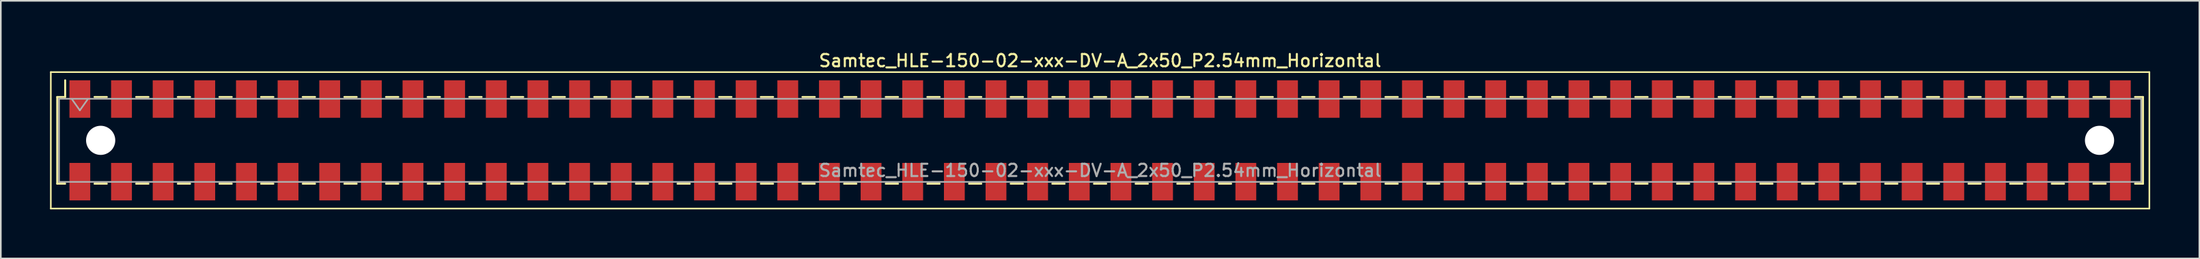
<source format=kicad_pcb>
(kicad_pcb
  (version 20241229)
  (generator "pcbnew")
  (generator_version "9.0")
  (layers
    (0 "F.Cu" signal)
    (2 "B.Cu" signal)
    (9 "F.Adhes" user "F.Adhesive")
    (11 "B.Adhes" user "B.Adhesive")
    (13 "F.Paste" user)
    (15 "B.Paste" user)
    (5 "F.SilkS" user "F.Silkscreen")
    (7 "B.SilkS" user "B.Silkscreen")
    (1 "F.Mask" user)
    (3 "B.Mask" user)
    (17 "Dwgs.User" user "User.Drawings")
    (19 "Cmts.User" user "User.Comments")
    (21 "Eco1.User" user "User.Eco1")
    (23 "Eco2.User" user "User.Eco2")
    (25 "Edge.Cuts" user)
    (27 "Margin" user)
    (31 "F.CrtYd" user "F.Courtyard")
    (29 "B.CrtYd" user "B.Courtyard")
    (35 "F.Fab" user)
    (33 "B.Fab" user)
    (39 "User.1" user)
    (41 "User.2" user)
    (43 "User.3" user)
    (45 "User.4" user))
  (footprint "Samtec_HLE-150-02-xxx-DV-A_2x50_P2.54mm_Horizontal"
    (layer "F.Cu")
    (at 64.05 5.528)
    (property "Reference" "Samtec_HLE-150-02-xxx-DV-A_2x50_P2.54mm_Horizontal" (at 0 -4.87 0) (layer "F.SilkS") (effects (font (size 0.75 0.75) (thickness 0.125))))
    (attr smd)
    (fp_line (start -64 -4.17) (end 64 -4.17) (stroke (width 0.1) (type solid)) (layer "F.SilkS"))
    (fp_line (start -64 4.17) (end -64 -4.17) (stroke (width 0.1) (type solid)) (layer "F.SilkS"))
    (fp_line (start -63.61 -2.65) (end -63.61 2.65) (stroke (width 0.12) (type solid)) (layer "F.SilkS"))
    (fp_line (start -63.61 2.65) (end -63.125 2.65) (stroke (width 0.12) (type solid)) (layer "F.SilkS"))
    (fp_line (start -63.125 -3.67) (end -63.125 -2.65) (stroke (width 0.12) (type solid)) (layer "F.SilkS"))
    (fp_line (start -63.125 -2.65) (end -63.61 -2.65) (stroke (width 0.12) (type solid)) (layer "F.SilkS"))
    (fp_line (start -61.335 -2.65) (end -60.585 -2.65) (stroke (width 0.12) (type solid)) (layer "F.SilkS"))
    (fp_line (start -61.335 2.65) (end -60.585 2.65) (stroke (width 0.12) (type solid)) (layer "F.SilkS"))
    (fp_line (start -58.795 -2.65) (end -58.045 -2.65) (stroke (width 0.12) (type solid)) (layer "F.SilkS"))
    (fp_line (start -58.795 2.65) (end -58.045 2.65) (stroke (width 0.12) (type solid)) (layer "F.SilkS"))
    (fp_line (start -56.255 -2.65) (end -55.505 -2.65) (stroke (width 0.12) (type solid)) (layer "F.SilkS"))
    (fp_line (start -56.255 2.65) (end -55.505 2.65) (stroke (width 0.12) (type solid)) (layer "F.SilkS"))
    (fp_line (start -53.715 -2.65) (end -52.965 -2.65) (stroke (width 0.12) (type solid)) (layer "F.SilkS"))
    (fp_line (start -53.715 2.65) (end -52.965 2.65) (stroke (width 0.12) (type solid)) (layer "F.SilkS"))
    (fp_line (start -51.175 -2.65) (end -50.425 -2.65) (stroke (width 0.12) (type solid)) (layer "F.SilkS"))
    (fp_line (start -51.175 2.65) (end -50.425 2.65) (stroke (width 0.12) (type solid)) (layer "F.SilkS"))
    (fp_line (start -48.635 -2.65) (end -47.885 -2.65) (stroke (width 0.12) (type solid)) (layer "F.SilkS"))
    (fp_line (start -48.635 2.65) (end -47.885 2.65) (stroke (width 0.12) (type solid)) (layer "F.SilkS"))
    (fp_line (start -46.095 -2.65) (end -45.345 -2.65) (stroke (width 0.12) (type solid)) (layer "F.SilkS"))
    (fp_line (start -46.095 2.65) (end -45.345 2.65) (stroke (width 0.12) (type solid)) (layer "F.SilkS"))
    (fp_line (start -43.555 -2.65) (end -42.805 -2.65) (stroke (width 0.12) (type solid)) (layer "F.SilkS"))
    (fp_line (start -43.555 2.65) (end -42.805 2.65) (stroke (width 0.12) (type solid)) (layer "F.SilkS"))
    (fp_line (start -41.015 -2.65) (end -40.265 -2.65) (stroke (width 0.12) (type solid)) (layer "F.SilkS"))
    (fp_line (start -41.015 2.65) (end -40.265 2.65) (stroke (width 0.12) (type solid)) (layer "F.SilkS"))
    (fp_line (start -38.475 -2.65) (end -37.725 -2.65) (stroke (width 0.12) (type solid)) (layer "F.SilkS"))
    (fp_line (start -38.475 2.65) (end -37.725 2.65) (stroke (width 0.12) (type solid)) (layer "F.SilkS"))
    (fp_line (start -35.935 -2.65) (end -35.185 -2.65) (stroke (width 0.12) (type solid)) (layer "F.SilkS"))
    (fp_line (start -35.935 2.65) (end -35.185 2.65) (stroke (width 0.12) (type solid)) (layer "F.SilkS"))
    (fp_line (start -33.395 -2.65) (end -32.645 -2.65) (stroke (width 0.12) (type solid)) (layer "F.SilkS"))
    (fp_line (start -33.395 2.65) (end -32.645 2.65) (stroke (width 0.12) (type solid)) (layer "F.SilkS"))
    (fp_line (start -30.855 -2.65) (end -30.105 -2.65) (stroke (width 0.12) (type solid)) (layer "F.SilkS"))
    (fp_line (start -30.855 2.65) (end -30.105 2.65) (stroke (width 0.12) (type solid)) (layer "F.SilkS"))
    (fp_line (start -28.315 -2.65) (end -27.565 -2.65) (stroke (width 0.12) (type solid)) (layer "F.SilkS"))
    (fp_line (start -28.315 2.65) (end -27.565 2.65) (stroke (width 0.12) (type solid)) (layer "F.SilkS"))
    (fp_line (start -25.775 -2.65) (end -25.025 -2.65) (stroke (width 0.12) (type solid)) (layer "F.SilkS"))
    (fp_line (start -25.775 2.65) (end -25.025 2.65) (stroke (width 0.12) (type solid)) (layer "F.SilkS"))
    (fp_line (start -23.235 -2.65) (end -22.485 -2.65) (stroke (width 0.12) (type solid)) (layer "F.SilkS"))
    (fp_line (start -23.235 2.65) (end -22.485 2.65) (stroke (width 0.12) (type solid)) (layer "F.SilkS"))
    (fp_line (start -20.695 -2.65) (end -19.945 -2.65) (stroke (width 0.12) (type solid)) (layer "F.SilkS"))
    (fp_line (start -20.695 2.65) (end -19.945 2.65) (stroke (width 0.12) (type solid)) (layer "F.SilkS"))
    (fp_line (start -18.155 -2.65) (end -17.405 -2.65) (stroke (width 0.12) (type solid)) (layer "F.SilkS"))
    (fp_line (start -18.155 2.65) (end -17.405 2.65) (stroke (width 0.12) (type solid)) (layer "F.SilkS"))
    (fp_line (start -15.615 -2.65) (end -14.865 -2.65) (stroke (width 0.12) (type solid)) (layer "F.SilkS"))
    (fp_line (start -15.615 2.65) (end -14.865 2.65) (stroke (width 0.12) (type solid)) (layer "F.SilkS"))
    (fp_line (start -13.075 -2.65) (end -12.325 -2.65) (stroke (width 0.12) (type solid)) (layer "F.SilkS"))
    (fp_line (start -13.075 2.65) (end -12.325 2.65) (stroke (width 0.12) (type solid)) (layer "F.SilkS"))
    (fp_line (start -10.535 -2.65) (end -9.785 -2.65) (stroke (width 0.12) (type solid)) (layer "F.SilkS"))
    (fp_line (start -10.535 2.65) (end -9.785 2.65) (stroke (width 0.12) (type solid)) (layer "F.SilkS"))
    (fp_line (start -7.995 -2.65) (end -7.245 -2.65) (stroke (width 0.12) (type solid)) (layer "F.SilkS"))
    (fp_line (start -7.995 2.65) (end -7.245 2.65) (stroke (width 0.12) (type solid)) (layer "F.SilkS"))
    (fp_line (start -5.455 -2.65) (end -4.705 -2.65) (stroke (width 0.12) (type solid)) (layer "F.SilkS"))
    (fp_line (start -5.455 2.65) (end -4.705 2.65) (stroke (width 0.12) (type solid)) (layer "F.SilkS"))
    (fp_line (start -2.915 -2.65) (end -2.165 -2.65) (stroke (width 0.12) (type solid)) (layer "F.SilkS"))
    (fp_line (start -2.915 2.65) (end -2.165 2.65) (stroke (width 0.12) (type solid)) (layer "F.SilkS"))
    (fp_line (start -0.375 -2.65) (end 0.375 -2.65) (stroke (width 0.12) (type solid)) (layer "F.SilkS"))
    (fp_line (start -0.375 2.65) (end 0.375 2.65) (stroke (width 0.12) (type solid)) (layer "F.SilkS"))
    (fp_line (start 2.165 -2.65) (end 2.915 -2.65) (stroke (width 0.12) (type solid)) (layer "F.SilkS"))
    (fp_line (start 2.165 2.65) (end 2.915 2.65) (stroke (width 0.12) (type solid)) (layer "F.SilkS"))
    (fp_line (start 4.705 -2.65) (end 5.455 -2.65) (stroke (width 0.12) (type solid)) (layer "F.SilkS"))
    (fp_line (start 4.705 2.65) (end 5.455 2.65) (stroke (width 0.12) (type solid)) (layer "F.SilkS"))
    (fp_line (start 7.245 -2.65) (end 7.995 -2.65) (stroke (width 0.12) (type solid)) (layer "F.SilkS"))
    (fp_line (start 7.245 2.65) (end 7.995 2.65) (stroke (width 0.12) (type solid)) (layer "F.SilkS"))
    (fp_line (start 9.785 -2.65) (end 10.535 -2.65) (stroke (width 0.12) (type solid)) (layer "F.SilkS"))
    (fp_line (start 9.785 2.65) (end 10.535 2.65) (stroke (width 0.12) (type solid)) (layer "F.SilkS"))
    (fp_line (start 12.325 -2.65) (end 13.075 -2.65) (stroke (width 0.12) (type solid)) (layer "F.SilkS"))
    (fp_line (start 12.325 2.65) (end 13.075 2.65) (stroke (width 0.12) (type solid)) (layer "F.SilkS"))
    (fp_line (start 14.865 -2.65) (end 15.615 -2.65) (stroke (width 0.12) (type solid)) (layer "F.SilkS"))
    (fp_line (start 14.865 2.65) (end 15.615 2.65) (stroke (width 0.12) (type solid)) (layer "F.SilkS"))
    (fp_line (start 17.405 -2.65) (end 18.155 -2.65) (stroke (width 0.12) (type solid)) (layer "F.SilkS"))
    (fp_line (start 17.405 2.65) (end 18.155 2.65) (stroke (width 0.12) (type solid)) (layer "F.SilkS"))
    (fp_line (start 19.945 -2.65) (end 20.695 -2.65) (stroke (width 0.12) (type solid)) (layer "F.SilkS"))
    (fp_line (start 19.945 2.65) (end 20.695 2.65) (stroke (width 0.12) (type solid)) (layer "F.SilkS"))
    (fp_line (start 22.485 -2.65) (end 23.235 -2.65) (stroke (width 0.12) (type solid)) (layer "F.SilkS"))
    (fp_line (start 22.485 2.65) (end 23.235 2.65) (stroke (width 0.12) (type solid)) (layer "F.SilkS"))
    (fp_line (start 25.025 -2.65) (end 25.775 -2.65) (stroke (width 0.12) (type solid)) (layer "F.SilkS"))
    (fp_line (start 25.025 2.65) (end 25.775 2.65) (stroke (width 0.12) (type solid)) (layer "F.SilkS"))
    (fp_line (start 27.565 -2.65) (end 28.315 -2.65) (stroke (width 0.12) (type solid)) (layer "F.SilkS"))
    (fp_line (start 27.565 2.65) (end 28.315 2.65) (stroke (width 0.12) (type solid)) (layer "F.SilkS"))
    (fp_line (start 30.105 -2.65) (end 30.855 -2.65) (stroke (width 0.12) (type solid)) (layer "F.SilkS"))
    (fp_line (start 30.105 2.65) (end 30.855 2.65) (stroke (width 0.12) (type solid)) (layer "F.SilkS"))
    (fp_line (start 32.645 -2.65) (end 33.395 -2.65) (stroke (width 0.12) (type solid)) (layer "F.SilkS"))
    (fp_line (start 32.645 2.65) (end 33.395 2.65) (stroke (width 0.12) (type solid)) (layer "F.SilkS"))
    (fp_line (start 35.185 -2.65) (end 35.935 -2.65) (stroke (width 0.12) (type solid)) (layer "F.SilkS"))
    (fp_line (start 35.185 2.65) (end 35.935 2.65) (stroke (width 0.12) (type solid)) (layer "F.SilkS"))
    (fp_line (start 37.725 -2.65) (end 38.475 -2.65) (stroke (width 0.12) (type solid)) (layer "F.SilkS"))
    (fp_line (start 37.725 2.65) (end 38.475 2.65) (stroke (width 0.12) (type solid)) (layer "F.SilkS"))
    (fp_line (start 40.265 -2.65) (end 41.015 -2.65) (stroke (width 0.12) (type solid)) (layer "F.SilkS"))
    (fp_line (start 40.265 2.65) (end 41.015 2.65) (stroke (width 0.12) (type solid)) (layer "F.SilkS"))
    (fp_line (start 42.805 -2.65) (end 43.555 -2.65) (stroke (width 0.12) (type solid)) (layer "F.SilkS"))
    (fp_line (start 42.805 2.65) (end 43.555 2.65) (stroke (width 0.12) (type solid)) (layer "F.SilkS"))
    (fp_line (start 45.345 -2.65) (end 46.095 -2.65) (stroke (width 0.12) (type solid)) (layer "F.SilkS"))
    (fp_line (start 45.345 2.65) (end 46.095 2.65) (stroke (width 0.12) (type solid)) (layer "F.SilkS"))
    (fp_line (start 47.885 -2.65) (end 48.635 -2.65) (stroke (width 0.12) (type solid)) (layer "F.SilkS"))
    (fp_line (start 47.885 2.65) (end 48.635 2.65) (stroke (width 0.12) (type solid)) (layer "F.SilkS"))
    (fp_line (start 50.425 -2.65) (end 51.175 -2.65) (stroke (width 0.12) (type solid)) (layer "F.SilkS"))
    (fp_line (start 50.425 2.65) (end 51.175 2.65) (stroke (width 0.12) (type solid)) (layer "F.SilkS"))
    (fp_line (start 52.965 -2.65) (end 53.715 -2.65) (stroke (width 0.12) (type solid)) (layer "F.SilkS"))
    (fp_line (start 52.965 2.65) (end 53.715 2.65) (stroke (width 0.12) (type solid)) (layer "F.SilkS"))
    (fp_line (start 55.505 -2.65) (end 56.255 -2.65) (stroke (width 0.12) (type solid)) (layer "F.SilkS"))
    (fp_line (start 55.505 2.65) (end 56.255 2.65) (stroke (width 0.12) (type solid)) (layer "F.SilkS"))
    (fp_line (start 58.045 -2.65) (end 58.795 -2.65) (stroke (width 0.12) (type solid)) (layer "F.SilkS"))
    (fp_line (start 58.045 2.65) (end 58.795 2.65) (stroke (width 0.12) (type solid)) (layer "F.SilkS"))
    (fp_line (start 60.585 -2.65) (end 61.335 -2.65) (stroke (width 0.12) (type solid)) (layer "F.SilkS"))
    (fp_line (start 60.585 2.65) (end 61.335 2.65) (stroke (width 0.12) (type solid)) (layer "F.SilkS"))
    (fp_line (start 63.125 -2.65) (end 63.61 -2.65) (stroke (width 0.12) (type solid)) (layer "F.SilkS"))
    (fp_line (start 63.61 -2.65) (end 63.61 2.65) (stroke (width 0.12) (type solid)) (layer "F.SilkS"))
    (fp_line (start 63.61 2.65) (end 63.125 2.65) (stroke (width 0.12) (type solid)) (layer "F.SilkS"))
    (fp_line (start 64 -4.17) (end 64 4.17) (stroke (width 0.1) (type solid)) (layer "F.SilkS"))
    (fp_line (start 64 4.17) (end -64 4.17) (stroke (width 0.1) (type solid)) (layer "F.SilkS"))
    (fp_line (start -63.5 -2.54) (end 63.5 -2.54) (stroke (width 0.1) (type solid)) (layer "F.Fab"))
    (fp_line (start -63.5 2.54) (end -63.5 -2.54) (stroke (width 0.1) (type solid)) (layer "F.Fab"))
    (fp_line (start -62.73 -2.54) (end -62.23 -1.833) (stroke (width 0.1) (type solid)) (layer "F.Fab"))
    (fp_line (start -62.23 -1.833) (end -61.73 -2.54) (stroke (width 0.1) (type solid)) (layer "F.Fab"))
    (fp_line (start 63.5 -2.54) (end 63.5 2.54) (stroke (width 0.1) (type solid)) (layer "F.Fab"))
    (fp_line (start 63.5 2.54) (end -63.5 2.54) (stroke (width 0.1) (type solid)) (layer "F.Fab"))
    (fp_text user "${REFERENCE}" (at 0 1.84 0) (layer "F.Fab") (effects (font (size 0.75 0.75) (thickness 0.125))))
    (pad "" np_thru_hole circle (at -60.96 0) (size 1.78 1.78) (drill 1.78) (layers "*.Cu" "*.Mask"))
    (pad "" np_thru_hole circle (at 60.96 0) (size 1.78 1.78) (drill 1.78) (layers "*.Cu" "*.Mask"))
    (pad "1" smd rect (at -62.23 -2.525) (size 1.27 2.29) (layers "F.Cu" "F.Mask" "F.Paste"))
    (pad "2" smd rect (at -62.23 2.525) (size 1.27 2.29) (layers "F.Cu" "F.Mask" "F.Paste"))
    (pad "3" smd rect (at -59.69 -2.525) (size 1.27 2.29) (layers "F.Cu" "F.Mask" "F.Paste"))
    (pad "4" smd rect (at -59.69 2.525) (size 1.27 2.29) (layers "F.Cu" "F.Mask" "F.Paste"))
    (pad "5" smd rect (at -57.15 -2.525) (size 1.27 2.29) (layers "F.Cu" "F.Mask" "F.Paste"))
    (pad "6" smd rect (at -57.15 2.525) (size 1.27 2.29) (layers "F.Cu" "F.Mask" "F.Paste"))
    (pad "7" smd rect (at -54.61 -2.525) (size 1.27 2.29) (layers "F.Cu" "F.Mask" "F.Paste"))
    (pad "8" smd rect (at -54.61 2.525) (size 1.27 2.29) (layers "F.Cu" "F.Mask" "F.Paste"))
    (pad "9" smd rect (at -52.07 -2.525) (size 1.27 2.29) (layers "F.Cu" "F.Mask" "F.Paste"))
    (pad "10" smd rect (at -52.07 2.525) (size 1.27 2.29) (layers "F.Cu" "F.Mask" "F.Paste"))
    (pad "11" smd rect (at -49.53 -2.525) (size 1.27 2.29) (layers "F.Cu" "F.Mask" "F.Paste"))
    (pad "12" smd rect (at -49.53 2.525) (size 1.27 2.29) (layers "F.Cu" "F.Mask" "F.Paste"))
    (pad "13" smd rect (at -46.99 -2.525) (size 1.27 2.29) (layers "F.Cu" "F.Mask" "F.Paste"))
    (pad "14" smd rect (at -46.99 2.525) (size 1.27 2.29) (layers "F.Cu" "F.Mask" "F.Paste"))
    (pad "15" smd rect (at -44.45 -2.525) (size 1.27 2.29) (layers "F.Cu" "F.Mask" "F.Paste"))
    (pad "16" smd rect (at -44.45 2.525) (size 1.27 2.29) (layers "F.Cu" "F.Mask" "F.Paste"))
    (pad "17" smd rect (at -41.91 -2.525) (size 1.27 2.29) (layers "F.Cu" "F.Mask" "F.Paste"))
    (pad "18" smd rect (at -41.91 2.525) (size 1.27 2.29) (layers "F.Cu" "F.Mask" "F.Paste"))
    (pad "19" smd rect (at -39.37 -2.525) (size 1.27 2.29) (layers "F.Cu" "F.Mask" "F.Paste"))
    (pad "20" smd rect (at -39.37 2.525) (size 1.27 2.29) (layers "F.Cu" "F.Mask" "F.Paste"))
    (pad "21" smd rect (at -36.83 -2.525) (size 1.27 2.29) (layers "F.Cu" "F.Mask" "F.Paste"))
    (pad "22" smd rect (at -36.83 2.525) (size 1.27 2.29) (layers "F.Cu" "F.Mask" "F.Paste"))
    (pad "23" smd rect (at -34.29 -2.525) (size 1.27 2.29) (layers "F.Cu" "F.Mask" "F.Paste"))
    (pad "24" smd rect (at -34.29 2.525) (size 1.27 2.29) (layers "F.Cu" "F.Mask" "F.Paste"))
    (pad "25" smd rect (at -31.75 -2.525) (size 1.27 2.29) (layers "F.Cu" "F.Mask" "F.Paste"))
    (pad "26" smd rect (at -31.75 2.525) (size 1.27 2.29) (layers "F.Cu" "F.Mask" "F.Paste"))
    (pad "27" smd rect (at -29.21 -2.525) (size 1.27 2.29) (layers "F.Cu" "F.Mask" "F.Paste"))
    (pad "28" smd rect (at -29.21 2.525) (size 1.27 2.29) (layers "F.Cu" "F.Mask" "F.Paste"))
    (pad "29" smd rect (at -26.67 -2.525) (size 1.27 2.29) (layers "F.Cu" "F.Mask" "F.Paste"))
    (pad "30" smd rect (at -26.67 2.525) (size 1.27 2.29) (layers "F.Cu" "F.Mask" "F.Paste"))
    (pad "31" smd rect (at -24.13 -2.525) (size 1.27 2.29) (layers "F.Cu" "F.Mask" "F.Paste"))
    (pad "32" smd rect (at -24.13 2.525) (size 1.27 2.29) (layers "F.Cu" "F.Mask" "F.Paste"))
    (pad "33" smd rect (at -21.59 -2.525) (size 1.27 2.29) (layers "F.Cu" "F.Mask" "F.Paste"))
    (pad "34" smd rect (at -21.59 2.525) (size 1.27 2.29) (layers "F.Cu" "F.Mask" "F.Paste"))
    (pad "35" smd rect (at -19.05 -2.525) (size 1.27 2.29) (layers "F.Cu" "F.Mask" "F.Paste"))
    (pad "36" smd rect (at -19.05 2.525) (size 1.27 2.29) (layers "F.Cu" "F.Mask" "F.Paste"))
    (pad "37" smd rect (at -16.51 -2.525) (size 1.27 2.29) (layers "F.Cu" "F.Mask" "F.Paste"))
    (pad "38" smd rect (at -16.51 2.525) (size 1.27 2.29) (layers "F.Cu" "F.Mask" "F.Paste"))
    (pad "39" smd rect (at -13.97 -2.525) (size 1.27 2.29) (layers "F.Cu" "F.Mask" "F.Paste"))
    (pad "40" smd rect (at -13.97 2.525) (size 1.27 2.29) (layers "F.Cu" "F.Mask" "F.Paste"))
    (pad "41" smd rect (at -11.43 -2.525) (size 1.27 2.29) (layers "F.Cu" "F.Mask" "F.Paste"))
    (pad "42" smd rect (at -11.43 2.525) (size 1.27 2.29) (layers "F.Cu" "F.Mask" "F.Paste"))
    (pad "43" smd rect (at -8.89 -2.525) (size 1.27 2.29) (layers "F.Cu" "F.Mask" "F.Paste"))
    (pad "44" smd rect (at -8.89 2.525) (size 1.27 2.29) (layers "F.Cu" "F.Mask" "F.Paste"))
    (pad "45" smd rect (at -6.35 -2.525) (size 1.27 2.29) (layers "F.Cu" "F.Mask" "F.Paste"))
    (pad "46" smd rect (at -6.35 2.525) (size 1.27 2.29) (layers "F.Cu" "F.Mask" "F.Paste"))
    (pad "47" smd rect (at -3.81 -2.525) (size 1.27 2.29) (layers "F.Cu" "F.Mask" "F.Paste"))
    (pad "48" smd rect (at -3.81 2.525) (size 1.27 2.29) (layers "F.Cu" "F.Mask" "F.Paste"))
    (pad "49" smd rect (at -1.27 -2.525) (size 1.27 2.29) (layers "F.Cu" "F.Mask" "F.Paste"))
    (pad "50" smd rect (at -1.27 2.525) (size 1.27 2.29) (layers "F.Cu" "F.Mask" "F.Paste"))
    (pad "51" smd rect (at 1.27 -2.525) (size 1.27 2.29) (layers "F.Cu" "F.Mask" "F.Paste"))
    (pad "52" smd rect (at 1.27 2.525) (size 1.27 2.29) (layers "F.Cu" "F.Mask" "F.Paste"))
    (pad "53" smd rect (at 3.81 -2.525) (size 1.27 2.29) (layers "F.Cu" "F.Mask" "F.Paste"))
    (pad "54" smd rect (at 3.81 2.525) (size 1.27 2.29) (layers "F.Cu" "F.Mask" "F.Paste"))
    (pad "55" smd rect (at 6.35 -2.525) (size 1.27 2.29) (layers "F.Cu" "F.Mask" "F.Paste"))
    (pad "56" smd rect (at 6.35 2.525) (size 1.27 2.29) (layers "F.Cu" "F.Mask" "F.Paste"))
    (pad "57" smd rect (at 8.89 -2.525) (size 1.27 2.29) (layers "F.Cu" "F.Mask" "F.Paste"))
    (pad "58" smd rect (at 8.89 2.525) (size 1.27 2.29) (layers "F.Cu" "F.Mask" "F.Paste"))
    (pad "59" smd rect (at 11.43 -2.525) (size 1.27 2.29) (layers "F.Cu" "F.Mask" "F.Paste"))
    (pad "60" smd rect (at 11.43 2.525) (size 1.27 2.29) (layers "F.Cu" "F.Mask" "F.Paste"))
    (pad "61" smd rect (at 13.97 -2.525) (size 1.27 2.29) (layers "F.Cu" "F.Mask" "F.Paste"))
    (pad "62" smd rect (at 13.97 2.525) (size 1.27 2.29) (layers "F.Cu" "F.Mask" "F.Paste"))
    (pad "63" smd rect (at 16.51 -2.525) (size 1.27 2.29) (layers "F.Cu" "F.Mask" "F.Paste"))
    (pad "64" smd rect (at 16.51 2.525) (size 1.27 2.29) (layers "F.Cu" "F.Mask" "F.Paste"))
    (pad "65" smd rect (at 19.05 -2.525) (size 1.27 2.29) (layers "F.Cu" "F.Mask" "F.Paste"))
    (pad "66" smd rect (at 19.05 2.525) (size 1.27 2.29) (layers "F.Cu" "F.Mask" "F.Paste"))
    (pad "67" smd rect (at 21.59 -2.525) (size 1.27 2.29) (layers "F.Cu" "F.Mask" "F.Paste"))
    (pad "68" smd rect (at 21.59 2.525) (size 1.27 2.29) (layers "F.Cu" "F.Mask" "F.Paste"))
    (pad "69" smd rect (at 24.13 -2.525) (size 1.27 2.29) (layers "F.Cu" "F.Mask" "F.Paste"))
    (pad "70" smd rect (at 24.13 2.525) (size 1.27 2.29) (layers "F.Cu" "F.Mask" "F.Paste"))
    (pad "71" smd rect (at 26.67 -2.525) (size 1.27 2.29) (layers "F.Cu" "F.Mask" "F.Paste"))
    (pad "72" smd rect (at 26.67 2.525) (size 1.27 2.29) (layers "F.Cu" "F.Mask" "F.Paste"))
    (pad "73" smd rect (at 29.21 -2.525) (size 1.27 2.29) (layers "F.Cu" "F.Mask" "F.Paste"))
    (pad "74" smd rect (at 29.21 2.525) (size 1.27 2.29) (layers "F.Cu" "F.Mask" "F.Paste"))
    (pad "75" smd rect (at 31.75 -2.525) (size 1.27 2.29) (layers "F.Cu" "F.Mask" "F.Paste"))
    (pad "76" smd rect (at 31.75 2.525) (size 1.27 2.29) (layers "F.Cu" "F.Mask" "F.Paste"))
    (pad "77" smd rect (at 34.29 -2.525) (size 1.27 2.29) (layers "F.Cu" "F.Mask" "F.Paste"))
    (pad "78" smd rect (at 34.29 2.525) (size 1.27 2.29) (layers "F.Cu" "F.Mask" "F.Paste"))
    (pad "79" smd rect (at 36.83 -2.525) (size 1.27 2.29) (layers "F.Cu" "F.Mask" "F.Paste"))
    (pad "80" smd rect (at 36.83 2.525) (size 1.27 2.29) (layers "F.Cu" "F.Mask" "F.Paste"))
    (pad "81" smd rect (at 39.37 -2.525) (size 1.27 2.29) (layers "F.Cu" "F.Mask" "F.Paste"))
    (pad "82" smd rect (at 39.37 2.525) (size 1.27 2.29) (layers "F.Cu" "F.Mask" "F.Paste"))
    (pad "83" smd rect (at 41.91 -2.525) (size 1.27 2.29) (layers "F.Cu" "F.Mask" "F.Paste"))
    (pad "84" smd rect (at 41.91 2.525) (size 1.27 2.29) (layers "F.Cu" "F.Mask" "F.Paste"))
    (pad "85" smd rect (at 44.45 -2.525) (size 1.27 2.29) (layers "F.Cu" "F.Mask" "F.Paste"))
    (pad "86" smd rect (at 44.45 2.525) (size 1.27 2.29) (layers "F.Cu" "F.Mask" "F.Paste"))
    (pad "87" smd rect (at 46.99 -2.525) (size 1.27 2.29) (layers "F.Cu" "F.Mask" "F.Paste"))
    (pad "88" smd rect (at 46.99 2.525) (size 1.27 2.29) (layers "F.Cu" "F.Mask" "F.Paste"))
    (pad "89" smd rect (at 49.53 -2.525) (size 1.27 2.29) (layers "F.Cu" "F.Mask" "F.Paste"))
    (pad "90" smd rect (at 49.53 2.525) (size 1.27 2.29) (layers "F.Cu" "F.Mask" "F.Paste"))
    (pad "91" smd rect (at 52.07 -2.525) (size 1.27 2.29) (layers "F.Cu" "F.Mask" "F.Paste"))
    (pad "92" smd rect (at 52.07 2.525) (size 1.27 2.29) (layers "F.Cu" "F.Mask" "F.Paste"))
    (pad "93" smd rect (at 54.61 -2.525) (size 1.27 2.29) (layers "F.Cu" "F.Mask" "F.Paste"))
    (pad "94" smd rect (at 54.61 2.525) (size 1.27 2.29) (layers "F.Cu" "F.Mask" "F.Paste"))
    (pad "95" smd rect (at 57.15 -2.525) (size 1.27 2.29) (layers "F.Cu" "F.Mask" "F.Paste"))
    (pad "96" smd rect (at 57.15 2.525) (size 1.27 2.29) (layers "F.Cu" "F.Mask" "F.Paste"))
    (pad "97" smd rect (at 59.69 -2.525) (size 1.27 2.29) (layers "F.Cu" "F.Mask" "F.Paste"))
    (pad "98" smd rect (at 59.69 2.525) (size 1.27 2.29) (layers "F.Cu" "F.Mask" "F.Paste"))
    (pad "99" smd rect (at 62.23 -2.525) (size 1.27 2.29) (layers "F.Cu" "F.Mask" "F.Paste"))
    (pad "100" smd rect (at 62.23 2.525) (size 1.27 2.29) (layers "F.Cu" "F.Mask" "F.Paste")))
  (gr_rect
    (start -3 -3)
    (end 131.1 12.748)
    (stroke (width 0.1) (type default))
    (fill no)
    (layer "Edge.Cuts")))
</source>
